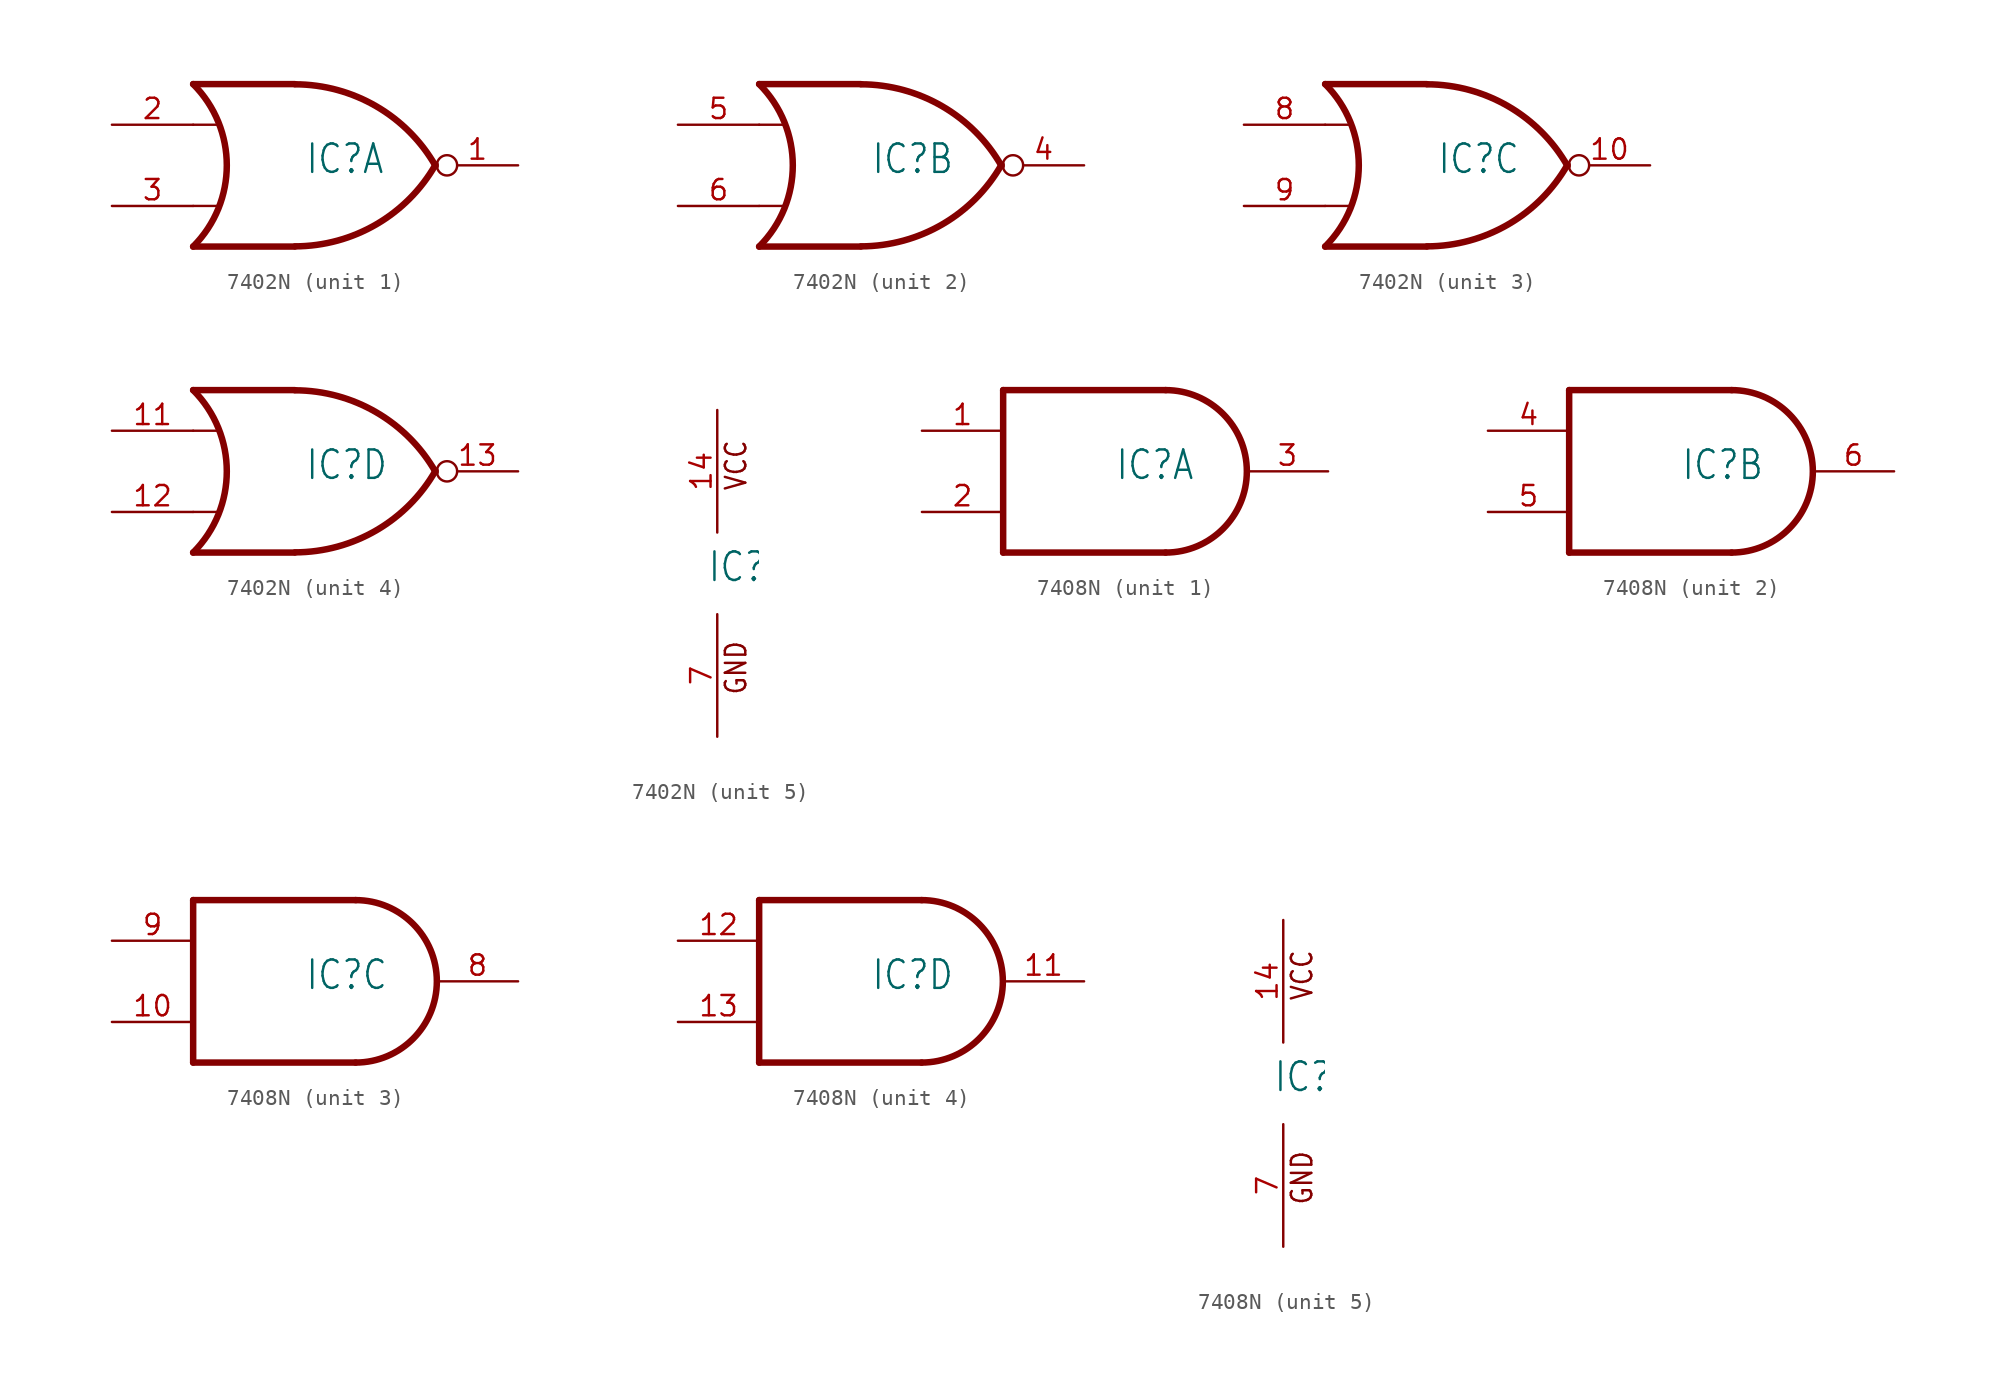
<source format=kicad_sym>
(kicad_symbol_lib
  (version 20211014)
  (generator kicad_symbol_editor)
  (symbol "7402N"
    (property "Reference" "IC"
      (at -0.635 -0.635 0)
      (effects (font (size 1.778 1.511)) (justify left bottom)))
    (property "ki_locked" ""
      (at 0 0 0)
      (effects (font (size 1.27 1.27))))
    (symbol "7402N_1_0"
      (arc (start -7.62 -5.08) (mid -5.5158 0) (end -7.62 5.08) (stroke (width 0.4064) (type default) (color 0 0 0 0)) (fill (type none)))
      (arc (start -1.2446 -5.0678) (mid 3.8372 -3.689) (end 7.5439 0.0507) (stroke (width 0.4064) (type default) (color 0 0 0 0)) (fill (type none)))
      (polyline (pts (xy -7.62 -2.54) (xy -6.096 -2.54)) (stroke (width 0.152) (type default) (color 0 0 0 0)) (fill (type none)))
      (polyline (pts (xy -7.62 2.54) (xy -6.096 2.54)) (stroke (width 0.152) (type default) (color 0 0 0 0)) (fill (type none)))
      (polyline (pts (xy -1.27 -5.08) (xy -7.62 -5.08)) (stroke (width 0.406) (type default) (color 0 0 0 0)) (fill (type none)))
      (polyline (pts (xy -1.27 5.08) (xy -7.62 5.08)) (stroke (width 0.406) (type default) (color 0 0 0 0)) (fill (type none)))
      (arc (start 7.5442 -0.0505) (mid 3.8373 3.6892) (end -1.2446 5.0678) (stroke (width 0.4064) (type default) (color 0 0 0 0)) (fill (type none)))
      (pin output inverted (at 12.7 0 180) (length 5.08) (name "O" (effects (font (size 0 0)))) (number "1" (effects (font (size 1.27 1.27)))))
      (pin input line (at -12.7 2.54 0) (length 5.08) (name "I0" (effects (font (size 0 0)))) (number "2" (effects (font (size 1.27 1.27)))))
      (pin input line (at -12.7 -2.54 0) (length 5.08) (name "I1" (effects (font (size 0 0)))) (number "3" (effects (font (size 1.27 1.27))))))
    (symbol "7402N_2_0"
      (arc (start -7.62 -5.08) (mid -5.5158 0) (end -7.62 5.08) (stroke (width 0.4064) (type default) (color 0 0 0 0)) (fill (type none)))
      (arc (start -1.2446 -5.0678) (mid 3.8372 -3.689) (end 7.5439 0.0507) (stroke (width 0.4064) (type default) (color 0 0 0 0)) (fill (type none)))
      (polyline (pts (xy -7.62 -2.54) (xy -6.096 -2.54)) (stroke (width 0.152) (type default) (color 0 0 0 0)) (fill (type none)))
      (polyline (pts (xy -7.62 2.54) (xy -6.096 2.54)) (stroke (width 0.152) (type default) (color 0 0 0 0)) (fill (type none)))
      (polyline (pts (xy -1.27 -5.08) (xy -7.62 -5.08)) (stroke (width 0.406) (type default) (color 0 0 0 0)) (fill (type none)))
      (polyline (pts (xy -1.27 5.08) (xy -7.62 5.08)) (stroke (width 0.406) (type default) (color 0 0 0 0)) (fill (type none)))
      (arc (start 7.5442 -0.0505) (mid 3.8373 3.6892) (end -1.2446 5.0678) (stroke (width 0.4064) (type default) (color 0 0 0 0)) (fill (type none)))
      (pin output inverted (at 12.7 0 180) (length 5.08) (name "O" (effects (font (size 0 0)))) (number "4" (effects (font (size 1.27 1.27)))))
      (pin input line (at -12.7 2.54 0) (length 5.08) (name "I0" (effects (font (size 0 0)))) (number "5" (effects (font (size 1.27 1.27)))))
      (pin input line (at -12.7 -2.54 0) (length 5.08) (name "I1" (effects (font (size 0 0)))) (number "6" (effects (font (size 1.27 1.27))))))
    (symbol "7402N_3_0"
      (arc (start -7.62 -5.08) (mid -5.5158 0) (end -7.62 5.08) (stroke (width 0.4064) (type default) (color 0 0 0 0)) (fill (type none)))
      (arc (start -1.2446 -5.0678) (mid 3.8372 -3.689) (end 7.5439 0.0507) (stroke (width 0.4064) (type default) (color 0 0 0 0)) (fill (type none)))
      (polyline (pts (xy -7.62 -2.54) (xy -6.096 -2.54)) (stroke (width 0.152) (type default) (color 0 0 0 0)) (fill (type none)))
      (polyline (pts (xy -7.62 2.54) (xy -6.096 2.54)) (stroke (width 0.152) (type default) (color 0 0 0 0)) (fill (type none)))
      (polyline (pts (xy -1.27 -5.08) (xy -7.62 -5.08)) (stroke (width 0.406) (type default) (color 0 0 0 0)) (fill (type none)))
      (polyline (pts (xy -1.27 5.08) (xy -7.62 5.08)) (stroke (width 0.406) (type default) (color 0 0 0 0)) (fill (type none)))
      (arc (start 7.5442 -0.0505) (mid 3.8373 3.6892) (end -1.2446 5.0678) (stroke (width 0.4064) (type default) (color 0 0 0 0)) (fill (type none)))
      (pin output inverted (at 12.7 0 180) (length 5.08) (name "O" (effects (font (size 0 0)))) (number "10" (effects (font (size 1.27 1.27)))))
      (pin input line (at -12.7 2.54 0) (length 5.08) (name "I0" (effects (font (size 0 0)))) (number "8" (effects (font (size 1.27 1.27)))))
      (pin input line (at -12.7 -2.54 0) (length 5.08) (name "I1" (effects (font (size 0 0)))) (number "9" (effects (font (size 1.27 1.27))))))
    (symbol "7402N_4_0"
      (arc (start -7.62 -5.08) (mid -5.5158 0) (end -7.62 5.08) (stroke (width 0.4064) (type default) (color 0 0 0 0)) (fill (type none)))
      (arc (start -1.2446 -5.0678) (mid 3.8372 -3.689) (end 7.5439 0.0507) (stroke (width 0.4064) (type default) (color 0 0 0 0)) (fill (type none)))
      (polyline (pts (xy -7.62 -2.54) (xy -6.096 -2.54)) (stroke (width 0.152) (type default) (color 0 0 0 0)) (fill (type none)))
      (polyline (pts (xy -7.62 2.54) (xy -6.096 2.54)) (stroke (width 0.152) (type default) (color 0 0 0 0)) (fill (type none)))
      (polyline (pts (xy -1.27 -5.08) (xy -7.62 -5.08)) (stroke (width 0.406) (type default) (color 0 0 0 0)) (fill (type none)))
      (polyline (pts (xy -1.27 5.08) (xy -7.62 5.08)) (stroke (width 0.406) (type default) (color 0 0 0 0)) (fill (type none)))
      (arc (start 7.5442 -0.0505) (mid 3.8373 3.6892) (end -1.2446 5.0678) (stroke (width 0.4064) (type default) (color 0 0 0 0)) (fill (type none)))
      (pin input line (at -12.7 2.54 0) (length 5.08) (name "I0" (effects (font (size 0 0)))) (number "11" (effects (font (size 1.27 1.27)))))
      (pin input line (at -12.7 -2.54 0) (length 5.08) (name "I1" (effects (font (size 0 0)))) (number "12" (effects (font (size 1.27 1.27)))))
      (pin output inverted (at 12.7 0 180) (length 5.08) (name "O" (effects (font (size 0 0)))) (number "13" (effects (font (size 1.27 1.27))))))
    (symbol "7402N_5_0"
      (text "GND" (at 1.905 -7.62 900) (effects (font (size 1.27 1.079)) (justify left bottom)))
      (text "VCC" (at 1.905 5.08 900) (effects (font (size 1.27 1.079)) (justify left bottom)))
      (pin power_in line (at 0 10.16 270) (length 7.62) (name "VCC" (effects (font (size 0 0)))) (number "14" (effects (font (size 1.27 1.27)))))
      (pin power_in line (at 0 -10.16 90) (length 7.62) (name "GND" (effects (font (size 0 0)))) (number "7" (effects (font (size 1.27 1.27)))))))
  (symbol "7408N"
    (property "Reference" "IC"
      (at -0.635 -0.635 0)
      (effects (font (size 1.778 1.511)) (justify left bottom)))
    (property "ki_locked" ""
      (at 0 0 0)
      (effects (font (size 1.27 1.27))))
    (symbol "7408N_1_0"
      (polyline (pts (xy -7.62 -5.08) (xy 2.54 -5.08)) (stroke (width 0.406) (type default) (color 0 0 0 0)) (fill (type none)))
      (polyline (pts (xy -7.62 5.08) (xy -7.62 -5.08)) (stroke (width 0.406) (type default) (color 0 0 0 0)) (fill (type none)))
      (polyline (pts (xy 2.54 5.08) (xy -7.62 5.08)) (stroke (width 0.406) (type default) (color 0 0 0 0)) (fill (type none)))
      (arc (start 2.54 -5.08) (mid 7.6199 0) (end 2.54 5.08) (stroke (width 0.4064) (type default) (color 0 0 0 0)) (fill (type none)))
      (pin input line (at -12.7 2.54 0) (length 5.08) (name "I0" (effects (font (size 0 0)))) (number "1" (effects (font (size 1.27 1.27)))))
      (pin input line (at -12.7 -2.54 0) (length 5.08) (name "I1" (effects (font (size 0 0)))) (number "2" (effects (font (size 1.27 1.27)))))
      (pin output line (at 12.7 0 180) (length 5.08) (name "O" (effects (font (size 0 0)))) (number "3" (effects (font (size 1.27 1.27))))))
    (symbol "7408N_2_0"
      (polyline (pts (xy -7.62 -5.08) (xy 2.54 -5.08)) (stroke (width 0.406) (type default) (color 0 0 0 0)) (fill (type none)))
      (polyline (pts (xy -7.62 5.08) (xy -7.62 -5.08)) (stroke (width 0.406) (type default) (color 0 0 0 0)) (fill (type none)))
      (polyline (pts (xy 2.54 5.08) (xy -7.62 5.08)) (stroke (width 0.406) (type default) (color 0 0 0 0)) (fill (type none)))
      (arc (start 2.54 -5.08) (mid 7.6199 0) (end 2.54 5.08) (stroke (width 0.4064) (type default) (color 0 0 0 0)) (fill (type none)))
      (pin input line (at -12.7 2.54 0) (length 5.08) (name "I0" (effects (font (size 0 0)))) (number "4" (effects (font (size 1.27 1.27)))))
      (pin input line (at -12.7 -2.54 0) (length 5.08) (name "I1" (effects (font (size 0 0)))) (number "5" (effects (font (size 1.27 1.27)))))
      (pin output line (at 12.7 0 180) (length 5.08) (name "O" (effects (font (size 0 0)))) (number "6" (effects (font (size 1.27 1.27))))))
    (symbol "7408N_3_0"
      (polyline (pts (xy -7.62 -5.08) (xy 2.54 -5.08)) (stroke (width 0.406) (type default) (color 0 0 0 0)) (fill (type none)))
      (polyline (pts (xy -7.62 5.08) (xy -7.62 -5.08)) (stroke (width 0.406) (type default) (color 0 0 0 0)) (fill (type none)))
      (polyline (pts (xy 2.54 5.08) (xy -7.62 5.08)) (stroke (width 0.406) (type default) (color 0 0 0 0)) (fill (type none)))
      (arc (start 2.54 -5.08) (mid 7.6199 0) (end 2.54 5.08) (stroke (width 0.4064) (type default) (color 0 0 0 0)) (fill (type none)))
      (pin input line (at -12.7 -2.54 0) (length 5.08) (name "I1" (effects (font (size 0 0)))) (number "10" (effects (font (size 1.27 1.27)))))
      (pin output line (at 12.7 0 180) (length 5.08) (name "O" (effects (font (size 0 0)))) (number "8" (effects (font (size 1.27 1.27)))))
      (pin input line (at -12.7 2.54 0) (length 5.08) (name "I0" (effects (font (size 0 0)))) (number "9" (effects (font (size 1.27 1.27))))))
    (symbol "7408N_4_0"
      (polyline (pts (xy -7.62 -5.08) (xy 2.54 -5.08)) (stroke (width 0.406) (type default) (color 0 0 0 0)) (fill (type none)))
      (polyline (pts (xy -7.62 5.08) (xy -7.62 -5.08)) (stroke (width 0.406) (type default) (color 0 0 0 0)) (fill (type none)))
      (polyline (pts (xy 2.54 5.08) (xy -7.62 5.08)) (stroke (width 0.406) (type default) (color 0 0 0 0)) (fill (type none)))
      (arc (start 2.54 -5.08) (mid 7.6199 0) (end 2.54 5.08) (stroke (width 0.4064) (type default) (color 0 0 0 0)) (fill (type none)))
      (pin output line (at 12.7 0 180) (length 5.08) (name "O" (effects (font (size 0 0)))) (number "11" (effects (font (size 1.27 1.27)))))
      (pin input line (at -12.7 2.54 0) (length 5.08) (name "I0" (effects (font (size 0 0)))) (number "12" (effects (font (size 1.27 1.27)))))
      (pin input line (at -12.7 -2.54 0) (length 5.08) (name "I1" (effects (font (size 0 0)))) (number "13" (effects (font (size 1.27 1.27))))))
    (symbol "7408N_5_0"
      (text "GND" (at 1.905 -7.62 900) (effects (font (size 1.27 1.079)) (justify left bottom)))
      (text "VCC" (at 1.905 5.08 900) (effects (font (size 1.27 1.079)) (justify left bottom)))
      (pin power_in line (at 0 10.16 270) (length 7.62) (name "VCC" (effects (font (size 0 0)))) (number "14" (effects (font (size 1.27 1.27)))))
      (pin power_in line (at 0 -10.16 90) (length 7.62) (name "GND" (effects (font (size 0 0)))) (number "7" (effects (font (size 1.27 1.27))))))))
</source>
